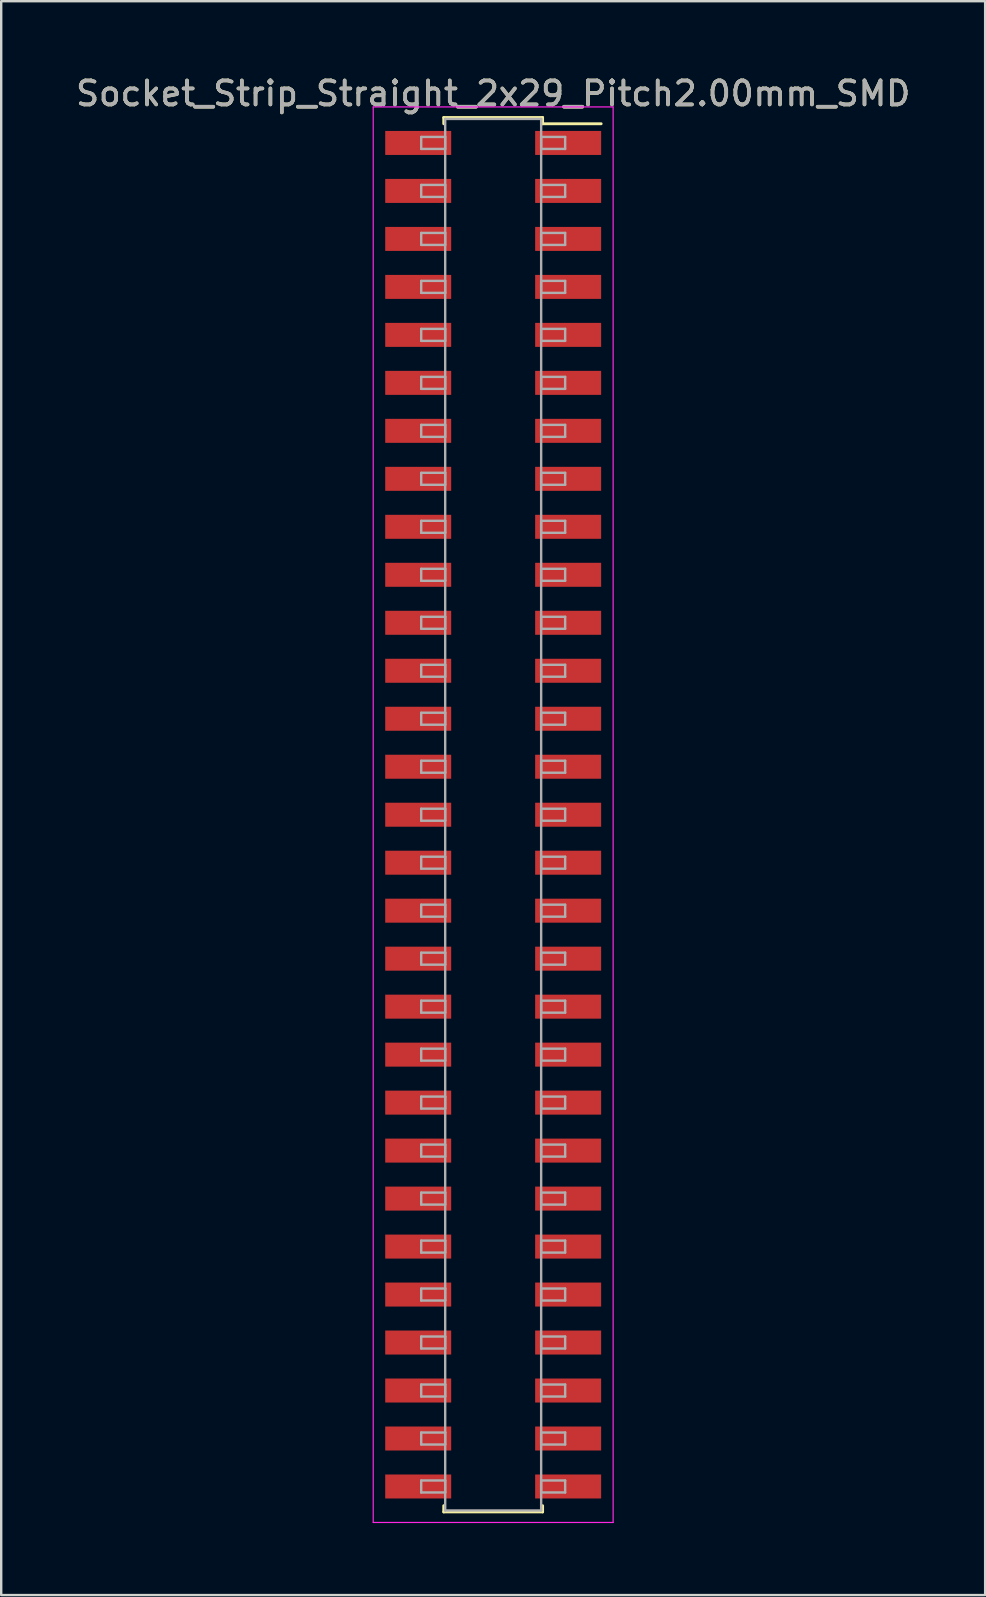
<source format=kicad_pcb>
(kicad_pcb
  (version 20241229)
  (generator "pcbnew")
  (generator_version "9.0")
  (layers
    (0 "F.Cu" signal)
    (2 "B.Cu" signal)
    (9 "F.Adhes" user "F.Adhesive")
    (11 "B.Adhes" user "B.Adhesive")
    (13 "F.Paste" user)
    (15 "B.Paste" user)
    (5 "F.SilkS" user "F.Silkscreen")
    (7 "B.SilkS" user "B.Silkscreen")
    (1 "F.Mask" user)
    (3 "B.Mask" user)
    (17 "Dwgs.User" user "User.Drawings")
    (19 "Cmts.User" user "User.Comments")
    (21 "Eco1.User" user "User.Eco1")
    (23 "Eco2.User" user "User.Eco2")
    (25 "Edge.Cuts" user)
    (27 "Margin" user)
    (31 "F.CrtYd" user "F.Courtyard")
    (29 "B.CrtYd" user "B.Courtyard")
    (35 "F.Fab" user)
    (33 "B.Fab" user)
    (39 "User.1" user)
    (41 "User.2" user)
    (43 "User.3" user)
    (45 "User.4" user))
  (footprint "Socket_Strip_Straight_2x29_Pitch2.00mm_SMD"
    (layer "F.Cu")
    (at 17.506 30.908)
    (property "Reference" "Socket_Strip_Straight_2x29_Pitch2.00mm_SMD" (at 0 -30.06 0) (layer "F.SilkS") (effects (font (size 1 1) (thickness 0.15))))
    (attr smd)
    (fp_line (start -2.06 -29.06) (end 2.06 -29.06) (stroke (width 0.12) (type solid)) (layer "F.SilkS"))
    (fp_line (start -2.06 -28.8) (end -2.06 -29.06) (stroke (width 0.12) (type solid)) (layer "F.SilkS"))
    (fp_line (start -2.06 28.8) (end -2.06 29.06) (stroke (width 0.12) (type solid)) (layer "F.SilkS"))
    (fp_line (start -2.06 29.06) (end 2.06 29.06) (stroke (width 0.12) (type solid)) (layer "F.SilkS"))
    (fp_line (start 2.06 -29.06) (end 2.06 -28.8) (stroke (width 0.12) (type solid)) (layer "F.SilkS"))
    (fp_line (start 2.06 29.06) (end 2.06 28.8) (stroke (width 0.12) (type solid)) (layer "F.SilkS"))
    (fp_line (start 4.5 -28.8) (end 2.06 -28.8) (stroke (width 0.12) (type solid)) (layer "F.SilkS"))
    (fp_line (start -5 -29.5) (end -5 29.5) (stroke (width 0.05) (type solid)) (layer "F.CrtYd"))
    (fp_line (start -5 29.5) (end 5 29.5) (stroke (width 0.05) (type solid)) (layer "F.CrtYd"))
    (fp_line (start 5 -29.5) (end -5 -29.5) (stroke (width 0.05) (type solid)) (layer "F.CrtYd"))
    (fp_line (start 5 29.5) (end 5 -29.5) (stroke (width 0.05) (type solid)) (layer "F.CrtYd"))
    (fp_line (start -3 -28.25) (end -2 -28.25) (stroke (width 0.1) (type solid)) (layer "F.Fab"))
    (fp_line (start -3 -27.75) (end -3 -28.25) (stroke (width 0.1) (type solid)) (layer "F.Fab"))
    (fp_line (start -3 -26.25) (end -2 -26.25) (stroke (width 0.1) (type solid)) (layer "F.Fab"))
    (fp_line (start -3 -25.75) (end -3 -26.25) (stroke (width 0.1) (type solid)) (layer "F.Fab"))
    (fp_line (start -3 -24.25) (end -2 -24.25) (stroke (width 0.1) (type solid)) (layer "F.Fab"))
    (fp_line (start -3 -23.75) (end -3 -24.25) (stroke (width 0.1) (type solid)) (layer "F.Fab"))
    (fp_line (start -3 -22.25) (end -2 -22.25) (stroke (width 0.1) (type solid)) (layer "F.Fab"))
    (fp_line (start -3 -21.75) (end -3 -22.25) (stroke (width 0.1) (type solid)) (layer "F.Fab"))
    (fp_line (start -3 -20.25) (end -2 -20.25) (stroke (width 0.1) (type solid)) (layer "F.Fab"))
    (fp_line (start -3 -19.75) (end -3 -20.25) (stroke (width 0.1) (type solid)) (layer "F.Fab"))
    (fp_line (start -3 -18.25) (end -2 -18.25) (stroke (width 0.1) (type solid)) (layer "F.Fab"))
    (fp_line (start -3 -17.75) (end -3 -18.25) (stroke (width 0.1) (type solid)) (layer "F.Fab"))
    (fp_line (start -3 -16.25) (end -2 -16.25) (stroke (width 0.1) (type solid)) (layer "F.Fab"))
    (fp_line (start -3 -15.75) (end -3 -16.25) (stroke (width 0.1) (type solid)) (layer "F.Fab"))
    (fp_line (start -3 -14.25) (end -2 -14.25) (stroke (width 0.1) (type solid)) (layer "F.Fab"))
    (fp_line (start -3 -13.75) (end -3 -14.25) (stroke (width 0.1) (type solid)) (layer "F.Fab"))
    (fp_line (start -3 -12.25) (end -2 -12.25) (stroke (width 0.1) (type solid)) (layer "F.Fab"))
    (fp_line (start -3 -11.75) (end -3 -12.25) (stroke (width 0.1) (type solid)) (layer "F.Fab"))
    (fp_line (start -3 -10.25) (end -2 -10.25) (stroke (width 0.1) (type solid)) (layer "F.Fab"))
    (fp_line (start -3 -9.75) (end -3 -10.25) (stroke (width 0.1) (type solid)) (layer "F.Fab"))
    (fp_line (start -3 -8.25) (end -2 -8.25) (stroke (width 0.1) (type solid)) (layer "F.Fab"))
    (fp_line (start -3 -7.75) (end -3 -8.25) (stroke (width 0.1) (type solid)) (layer "F.Fab"))
    (fp_line (start -3 -6.25) (end -2 -6.25) (stroke (width 0.1) (type solid)) (layer "F.Fab"))
    (fp_line (start -3 -5.75) (end -3 -6.25) (stroke (width 0.1) (type solid)) (layer "F.Fab"))
    (fp_line (start -3 -4.25) (end -2 -4.25) (stroke (width 0.1) (type solid)) (layer "F.Fab"))
    (fp_line (start -3 -3.75) (end -3 -4.25) (stroke (width 0.1) (type solid)) (layer "F.Fab"))
    (fp_line (start -3 -2.25) (end -2 -2.25) (stroke (width 0.1) (type solid)) (layer "F.Fab"))
    (fp_line (start -3 -1.75) (end -3 -2.25) (stroke (width 0.1) (type solid)) (layer "F.Fab"))
    (fp_line (start -3 -0.25) (end -2 -0.25) (stroke (width 0.1) (type solid)) (layer "F.Fab"))
    (fp_line (start -3 0.25) (end -3 -0.25) (stroke (width 0.1) (type solid)) (layer "F.Fab"))
    (fp_line (start -3 1.75) (end -2 1.75) (stroke (width 0.1) (type solid)) (layer "F.Fab"))
    (fp_line (start -3 2.25) (end -3 1.75) (stroke (width 0.1) (type solid)) (layer "F.Fab"))
    (fp_line (start -3 3.75) (end -2 3.75) (stroke (width 0.1) (type solid)) (layer "F.Fab"))
    (fp_line (start -3 4.25) (end -3 3.75) (stroke (width 0.1) (type solid)) (layer "F.Fab"))
    (fp_line (start -3 5.75) (end -2 5.75) (stroke (width 0.1) (type solid)) (layer "F.Fab"))
    (fp_line (start -3 6.25) (end -3 5.75) (stroke (width 0.1) (type solid)) (layer "F.Fab"))
    (fp_line (start -3 7.75) (end -2 7.75) (stroke (width 0.1) (type solid)) (layer "F.Fab"))
    (fp_line (start -3 8.25) (end -3 7.75) (stroke (width 0.1) (type solid)) (layer "F.Fab"))
    (fp_line (start -3 9.75) (end -2 9.75) (stroke (width 0.1) (type solid)) (layer "F.Fab"))
    (fp_line (start -3 10.25) (end -3 9.75) (stroke (width 0.1) (type solid)) (layer "F.Fab"))
    (fp_line (start -3 11.75) (end -2 11.75) (stroke (width 0.1) (type solid)) (layer "F.Fab"))
    (fp_line (start -3 12.25) (end -3 11.75) (stroke (width 0.1) (type solid)) (layer "F.Fab"))
    (fp_line (start -3 13.75) (end -2 13.75) (stroke (width 0.1) (type solid)) (layer "F.Fab"))
    (fp_line (start -3 14.25) (end -3 13.75) (stroke (width 0.1) (type solid)) (layer "F.Fab"))
    (fp_line (start -3 15.75) (end -2 15.75) (stroke (width 0.1) (type solid)) (layer "F.Fab"))
    (fp_line (start -3 16.25) (end -3 15.75) (stroke (width 0.1) (type solid)) (layer "F.Fab"))
    (fp_line (start -3 17.75) (end -2 17.75) (stroke (width 0.1) (type solid)) (layer "F.Fab"))
    (fp_line (start -3 18.25) (end -3 17.75) (stroke (width 0.1) (type solid)) (layer "F.Fab"))
    (fp_line (start -3 19.75) (end -2 19.75) (stroke (width 0.1) (type solid)) (layer "F.Fab"))
    (fp_line (start -3 20.25) (end -3 19.75) (stroke (width 0.1) (type solid)) (layer "F.Fab"))
    (fp_line (start -3 21.75) (end -2 21.75) (stroke (width 0.1) (type solid)) (layer "F.Fab"))
    (fp_line (start -3 22.25) (end -3 21.75) (stroke (width 0.1) (type solid)) (layer "F.Fab"))
    (fp_line (start -3 23.75) (end -2 23.75) (stroke (width 0.1) (type solid)) (layer "F.Fab"))
    (fp_line (start -3 24.25) (end -3 23.75) (stroke (width 0.1) (type solid)) (layer "F.Fab"))
    (fp_line (start -3 25.75) (end -2 25.75) (stroke (width 0.1) (type solid)) (layer "F.Fab"))
    (fp_line (start -3 26.25) (end -3 25.75) (stroke (width 0.1) (type solid)) (layer "F.Fab"))
    (fp_line (start -3 27.75) (end -2 27.75) (stroke (width 0.1) (type solid)) (layer "F.Fab"))
    (fp_line (start -3 28.25) (end -3 27.75) (stroke (width 0.1) (type solid)) (layer "F.Fab"))
    (fp_line (start -2 -29) (end -2 29) (stroke (width 0.1) (type solid)) (layer "F.Fab"))
    (fp_line (start -2 -28.25) (end -2 -27.75) (stroke (width 0.1) (type solid)) (layer "F.Fab"))
    (fp_line (start -2 -27.75) (end -3 -27.75) (stroke (width 0.1) (type solid)) (layer "F.Fab"))
    (fp_line (start -2 -26.25) (end -2 -25.75) (stroke (width 0.1) (type solid)) (layer "F.Fab"))
    (fp_line (start -2 -25.75) (end -3 -25.75) (stroke (width 0.1) (type solid)) (layer "F.Fab"))
    (fp_line (start -2 -24.25) (end -2 -23.75) (stroke (width 0.1) (type solid)) (layer "F.Fab"))
    (fp_line (start -2 -23.75) (end -3 -23.75) (stroke (width 0.1) (type solid)) (layer "F.Fab"))
    (fp_line (start -2 -22.25) (end -2 -21.75) (stroke (width 0.1) (type solid)) (layer "F.Fab"))
    (fp_line (start -2 -21.75) (end -3 -21.75) (stroke (width 0.1) (type solid)) (layer "F.Fab"))
    (fp_line (start -2 -20.25) (end -2 -19.75) (stroke (width 0.1) (type solid)) (layer "F.Fab"))
    (fp_line (start -2 -19.75) (end -3 -19.75) (stroke (width 0.1) (type solid)) (layer "F.Fab"))
    (fp_line (start -2 -18.25) (end -2 -17.75) (stroke (width 0.1) (type solid)) (layer "F.Fab"))
    (fp_line (start -2 -17.75) (end -3 -17.75) (stroke (width 0.1) (type solid)) (layer "F.Fab"))
    (fp_line (start -2 -16.25) (end -2 -15.75) (stroke (width 0.1) (type solid)) (layer "F.Fab"))
    (fp_line (start -2 -15.75) (end -3 -15.75) (stroke (width 0.1) (type solid)) (layer "F.Fab"))
    (fp_line (start -2 -14.25) (end -2 -13.75) (stroke (width 0.1) (type solid)) (layer "F.Fab"))
    (fp_line (start -2 -13.75) (end -3 -13.75) (stroke (width 0.1) (type solid)) (layer "F.Fab"))
    (fp_line (start -2 -12.25) (end -2 -11.75) (stroke (width 0.1) (type solid)) (layer "F.Fab"))
    (fp_line (start -2 -11.75) (end -3 -11.75) (stroke (width 0.1) (type solid)) (layer "F.Fab"))
    (fp_line (start -2 -10.25) (end -2 -9.75) (stroke (width 0.1) (type solid)) (layer "F.Fab"))
    (fp_line (start -2 -9.75) (end -3 -9.75) (stroke (width 0.1) (type solid)) (layer "F.Fab"))
    (fp_line (start -2 -8.25) (end -2 -7.75) (stroke (width 0.1) (type solid)) (layer "F.Fab"))
    (fp_line (start -2 -7.75) (end -3 -7.75) (stroke (width 0.1) (type solid)) (layer "F.Fab"))
    (fp_line (start -2 -6.25) (end -2 -5.75) (stroke (width 0.1) (type solid)) (layer "F.Fab"))
    (fp_line (start -2 -5.75) (end -3 -5.75) (stroke (width 0.1) (type solid)) (layer "F.Fab"))
    (fp_line (start -2 -4.25) (end -2 -3.75) (stroke (width 0.1) (type solid)) (layer "F.Fab"))
    (fp_line (start -2 -3.75) (end -3 -3.75) (stroke (width 0.1) (type solid)) (layer "F.Fab"))
    (fp_line (start -2 -2.25) (end -2 -1.75) (stroke (width 0.1) (type solid)) (layer "F.Fab"))
    (fp_line (start -2 -1.75) (end -3 -1.75) (stroke (width 0.1) (type solid)) (layer "F.Fab"))
    (fp_line (start -2 -0.25) (end -2 0.25) (stroke (width 0.1) (type solid)) (layer "F.Fab"))
    (fp_line (start -2 0.25) (end -3 0.25) (stroke (width 0.1) (type solid)) (layer "F.Fab"))
    (fp_line (start -2 1.75) (end -2 2.25) (stroke (width 0.1) (type solid)) (layer "F.Fab"))
    (fp_line (start -2 2.25) (end -3 2.25) (stroke (width 0.1) (type solid)) (layer "F.Fab"))
    (fp_line (start -2 3.75) (end -2 4.25) (stroke (width 0.1) (type solid)) (layer "F.Fab"))
    (fp_line (start -2 4.25) (end -3 4.25) (stroke (width 0.1) (type solid)) (layer "F.Fab"))
    (fp_line (start -2 5.75) (end -2 6.25) (stroke (width 0.1) (type solid)) (layer "F.Fab"))
    (fp_line (start -2 6.25) (end -3 6.25) (stroke (width 0.1) (type solid)) (layer "F.Fab"))
    (fp_line (start -2 7.75) (end -2 8.25) (stroke (width 0.1) (type solid)) (layer "F.Fab"))
    (fp_line (start -2 8.25) (end -3 8.25) (stroke (width 0.1) (type solid)) (layer "F.Fab"))
    (fp_line (start -2 9.75) (end -2 10.25) (stroke (width 0.1) (type solid)) (layer "F.Fab"))
    (fp_line (start -2 10.25) (end -3 10.25) (stroke (width 0.1) (type solid)) (layer "F.Fab"))
    (fp_line (start -2 11.75) (end -2 12.25) (stroke (width 0.1) (type solid)) (layer "F.Fab"))
    (fp_line (start -2 12.25) (end -3 12.25) (stroke (width 0.1) (type solid)) (layer "F.Fab"))
    (fp_line (start -2 13.75) (end -2 14.25) (stroke (width 0.1) (type solid)) (layer "F.Fab"))
    (fp_line (start -2 14.25) (end -3 14.25) (stroke (width 0.1) (type solid)) (layer "F.Fab"))
    (fp_line (start -2 15.75) (end -2 16.25) (stroke (width 0.1) (type solid)) (layer "F.Fab"))
    (fp_line (start -2 16.25) (end -3 16.25) (stroke (width 0.1) (type solid)) (layer "F.Fab"))
    (fp_line (start -2 17.75) (end -2 18.25) (stroke (width 0.1) (type solid)) (layer "F.Fab"))
    (fp_line (start -2 18.25) (end -3 18.25) (stroke (width 0.1) (type solid)) (layer "F.Fab"))
    (fp_line (start -2 19.75) (end -2 20.25) (stroke (width 0.1) (type solid)) (layer "F.Fab"))
    (fp_line (start -2 20.25) (end -3 20.25) (stroke (width 0.1) (type solid)) (layer "F.Fab"))
    (fp_line (start -2 21.75) (end -2 22.25) (stroke (width 0.1) (type solid)) (layer "F.Fab"))
    (fp_line (start -2 22.25) (end -3 22.25) (stroke (width 0.1) (type solid)) (layer "F.Fab"))
    (fp_line (start -2 23.75) (end -2 24.25) (stroke (width 0.1) (type solid)) (layer "F.Fab"))
    (fp_line (start -2 24.25) (end -3 24.25) (stroke (width 0.1) (type solid)) (layer "F.Fab"))
    (fp_line (start -2 25.75) (end -2 26.25) (stroke (width 0.1) (type solid)) (layer "F.Fab"))
    (fp_line (start -2 26.25) (end -3 26.25) (stroke (width 0.1) (type solid)) (layer "F.Fab"))
    (fp_line (start -2 27.75) (end -2 28.25) (stroke (width 0.1) (type solid)) (layer "F.Fab"))
    (fp_line (start -2 28.25) (end -3 28.25) (stroke (width 0.1) (type solid)) (layer "F.Fab"))
    (fp_line (start -2 29) (end 2 29) (stroke (width 0.1) (type solid)) (layer "F.Fab"))
    (fp_line (start 2 -29) (end -2 -29) (stroke (width 0.1) (type solid)) (layer "F.Fab"))
    (fp_line (start 2 -28.25) (end 2 -27.75) (stroke (width 0.1) (type solid)) (layer "F.Fab"))
    (fp_line (start 2 -27.75) (end 3 -27.75) (stroke (width 0.1) (type solid)) (layer "F.Fab"))
    (fp_line (start 2 -26.25) (end 2 -25.75) (stroke (width 0.1) (type solid)) (layer "F.Fab"))
    (fp_line (start 2 -25.75) (end 3 -25.75) (stroke (width 0.1) (type solid)) (layer "F.Fab"))
    (fp_line (start 2 -24.25) (end 2 -23.75) (stroke (width 0.1) (type solid)) (layer "F.Fab"))
    (fp_line (start 2 -23.75) (end 3 -23.75) (stroke (width 0.1) (type solid)) (layer "F.Fab"))
    (fp_line (start 2 -22.25) (end 2 -21.75) (stroke (width 0.1) (type solid)) (layer "F.Fab"))
    (fp_line (start 2 -21.75) (end 3 -21.75) (stroke (width 0.1) (type solid)) (layer "F.Fab"))
    (fp_line (start 2 -20.25) (end 2 -19.75) (stroke (width 0.1) (type solid)) (layer "F.Fab"))
    (fp_line (start 2 -19.75) (end 3 -19.75) (stroke (width 0.1) (type solid)) (layer "F.Fab"))
    (fp_line (start 2 -18.25) (end 2 -17.75) (stroke (width 0.1) (type solid)) (layer "F.Fab"))
    (fp_line (start 2 -17.75) (end 3 -17.75) (stroke (width 0.1) (type solid)) (layer "F.Fab"))
    (fp_line (start 2 -16.25) (end 2 -15.75) (stroke (width 0.1) (type solid)) (layer "F.Fab"))
    (fp_line (start 2 -15.75) (end 3 -15.75) (stroke (width 0.1) (type solid)) (layer "F.Fab"))
    (fp_line (start 2 -14.25) (end 2 -13.75) (stroke (width 0.1) (type solid)) (layer "F.Fab"))
    (fp_line (start 2 -13.75) (end 3 -13.75) (stroke (width 0.1) (type solid)) (layer "F.Fab"))
    (fp_line (start 2 -12.25) (end 2 -11.75) (stroke (width 0.1) (type solid)) (layer "F.Fab"))
    (fp_line (start 2 -11.75) (end 3 -11.75) (stroke (width 0.1) (type solid)) (layer "F.Fab"))
    (fp_line (start 2 -10.25) (end 2 -9.75) (stroke (width 0.1) (type solid)) (layer "F.Fab"))
    (fp_line (start 2 -9.75) (end 3 -9.75) (stroke (width 0.1) (type solid)) (layer "F.Fab"))
    (fp_line (start 2 -8.25) (end 2 -7.75) (stroke (width 0.1) (type solid)) (layer "F.Fab"))
    (fp_line (start 2 -7.75) (end 3 -7.75) (stroke (width 0.1) (type solid)) (layer "F.Fab"))
    (fp_line (start 2 -6.25) (end 2 -5.75) (stroke (width 0.1) (type solid)) (layer "F.Fab"))
    (fp_line (start 2 -5.75) (end 3 -5.75) (stroke (width 0.1) (type solid)) (layer "F.Fab"))
    (fp_line (start 2 -4.25) (end 2 -3.75) (stroke (width 0.1) (type solid)) (layer "F.Fab"))
    (fp_line (start 2 -3.75) (end 3 -3.75) (stroke (width 0.1) (type solid)) (layer "F.Fab"))
    (fp_line (start 2 -2.25) (end 2 -1.75) (stroke (width 0.1) (type solid)) (layer "F.Fab"))
    (fp_line (start 2 -1.75) (end 3 -1.75) (stroke (width 0.1) (type solid)) (layer "F.Fab"))
    (fp_line (start 2 -0.25) (end 2 0.25) (stroke (width 0.1) (type solid)) (layer "F.Fab"))
    (fp_line (start 2 0.25) (end 3 0.25) (stroke (width 0.1) (type solid)) (layer "F.Fab"))
    (fp_line (start 2 1.75) (end 2 2.25) (stroke (width 0.1) (type solid)) (layer "F.Fab"))
    (fp_line (start 2 2.25) (end 3 2.25) (stroke (width 0.1) (type solid)) (layer "F.Fab"))
    (fp_line (start 2 3.75) (end 2 4.25) (stroke (width 0.1) (type solid)) (layer "F.Fab"))
    (fp_line (start 2 4.25) (end 3 4.25) (stroke (width 0.1) (type solid)) (layer "F.Fab"))
    (fp_line (start 2 5.75) (end 2 6.25) (stroke (width 0.1) (type solid)) (layer "F.Fab"))
    (fp_line (start 2 6.25) (end 3 6.25) (stroke (width 0.1) (type solid)) (layer "F.Fab"))
    (fp_line (start 2 7.75) (end 2 8.25) (stroke (width 0.1) (type solid)) (layer "F.Fab"))
    (fp_line (start 2 8.25) (end 3 8.25) (stroke (width 0.1) (type solid)) (layer "F.Fab"))
    (fp_line (start 2 9.75) (end 2 10.25) (stroke (width 0.1) (type solid)) (layer "F.Fab"))
    (fp_line (start 2 10.25) (end 3 10.25) (stroke (width 0.1) (type solid)) (layer "F.Fab"))
    (fp_line (start 2 11.75) (end 2 12.25) (stroke (width 0.1) (type solid)) (layer "F.Fab"))
    (fp_line (start 2 12.25) (end 3 12.25) (stroke (width 0.1) (type solid)) (layer "F.Fab"))
    (fp_line (start 2 13.75) (end 2 14.25) (stroke (width 0.1) (type solid)) (layer "F.Fab"))
    (fp_line (start 2 14.25) (end 3 14.25) (stroke (width 0.1) (type solid)) (layer "F.Fab"))
    (fp_line (start 2 15.75) (end 2 16.25) (stroke (width 0.1) (type solid)) (layer "F.Fab"))
    (fp_line (start 2 16.25) (end 3 16.25) (stroke (width 0.1) (type solid)) (layer "F.Fab"))
    (fp_line (start 2 17.75) (end 2 18.25) (stroke (width 0.1) (type solid)) (layer "F.Fab"))
    (fp_line (start 2 18.25) (end 3 18.25) (stroke (width 0.1) (type solid)) (layer "F.Fab"))
    (fp_line (start 2 19.75) (end 2 20.25) (stroke (width 0.1) (type solid)) (layer "F.Fab"))
    (fp_line (start 2 20.25) (end 3 20.25) (stroke (width 0.1) (type solid)) (layer "F.Fab"))
    (fp_line (start 2 21.75) (end 2 22.25) (stroke (width 0.1) (type solid)) (layer "F.Fab"))
    (fp_line (start 2 22.25) (end 3 22.25) (stroke (width 0.1) (type solid)) (layer "F.Fab"))
    (fp_line (start 2 23.75) (end 2 24.25) (stroke (width 0.1) (type solid)) (layer "F.Fab"))
    (fp_line (start 2 24.25) (end 3 24.25) (stroke (width 0.1) (type solid)) (layer "F.Fab"))
    (fp_line (start 2 25.75) (end 2 26.25) (stroke (width 0.1) (type solid)) (layer "F.Fab"))
    (fp_line (start 2 26.25) (end 3 26.25) (stroke (width 0.1) (type solid)) (layer "F.Fab"))
    (fp_line (start 2 27.75) (end 2 28.25) (stroke (width 0.1) (type solid)) (layer "F.Fab"))
    (fp_line (start 2 28.25) (end 3 28.25) (stroke (width 0.1) (type solid)) (layer "F.Fab"))
    (fp_line (start 2 29) (end 2 -29) (stroke (width 0.1) (type solid)) (layer "F.Fab"))
    (fp_line (start 3 -28.25) (end 2 -28.25) (stroke (width 0.1) (type solid)) (layer "F.Fab"))
    (fp_line (start 3 -27.75) (end 3 -28.25) (stroke (width 0.1) (type solid)) (layer "F.Fab"))
    (fp_line (start 3 -26.25) (end 2 -26.25) (stroke (width 0.1) (type solid)) (layer "F.Fab"))
    (fp_line (start 3 -25.75) (end 3 -26.25) (stroke (width 0.1) (type solid)) (layer "F.Fab"))
    (fp_line (start 3 -24.25) (end 2 -24.25) (stroke (width 0.1) (type solid)) (layer "F.Fab"))
    (fp_line (start 3 -23.75) (end 3 -24.25) (stroke (width 0.1) (type solid)) (layer "F.Fab"))
    (fp_line (start 3 -22.25) (end 2 -22.25) (stroke (width 0.1) (type solid)) (layer "F.Fab"))
    (fp_line (start 3 -21.75) (end 3 -22.25) (stroke (width 0.1) (type solid)) (layer "F.Fab"))
    (fp_line (start 3 -20.25) (end 2 -20.25) (stroke (width 0.1) (type solid)) (layer "F.Fab"))
    (fp_line (start 3 -19.75) (end 3 -20.25) (stroke (width 0.1) (type solid)) (layer "F.Fab"))
    (fp_line (start 3 -18.25) (end 2 -18.25) (stroke (width 0.1) (type solid)) (layer "F.Fab"))
    (fp_line (start 3 -17.75) (end 3 -18.25) (stroke (width 0.1) (type solid)) (layer "F.Fab"))
    (fp_line (start 3 -16.25) (end 2 -16.25) (stroke (width 0.1) (type solid)) (layer "F.Fab"))
    (fp_line (start 3 -15.75) (end 3 -16.25) (stroke (width 0.1) (type solid)) (layer "F.Fab"))
    (fp_line (start 3 -14.25) (end 2 -14.25) (stroke (width 0.1) (type solid)) (layer "F.Fab"))
    (fp_line (start 3 -13.75) (end 3 -14.25) (stroke (width 0.1) (type solid)) (layer "F.Fab"))
    (fp_line (start 3 -12.25) (end 2 -12.25) (stroke (width 0.1) (type solid)) (layer "F.Fab"))
    (fp_line (start 3 -11.75) (end 3 -12.25) (stroke (width 0.1) (type solid)) (layer "F.Fab"))
    (fp_line (start 3 -10.25) (end 2 -10.25) (stroke (width 0.1) (type solid)) (layer "F.Fab"))
    (fp_line (start 3 -9.75) (end 3 -10.25) (stroke (width 0.1) (type solid)) (layer "F.Fab"))
    (fp_line (start 3 -8.25) (end 2 -8.25) (stroke (width 0.1) (type solid)) (layer "F.Fab"))
    (fp_line (start 3 -7.75) (end 3 -8.25) (stroke (width 0.1) (type solid)) (layer "F.Fab"))
    (fp_line (start 3 -6.25) (end 2 -6.25) (stroke (width 0.1) (type solid)) (layer "F.Fab"))
    (fp_line (start 3 -5.75) (end 3 -6.25) (stroke (width 0.1) (type solid)) (layer "F.Fab"))
    (fp_line (start 3 -4.25) (end 2 -4.25) (stroke (width 0.1) (type solid)) (layer "F.Fab"))
    (fp_line (start 3 -3.75) (end 3 -4.25) (stroke (width 0.1) (type solid)) (layer "F.Fab"))
    (fp_line (start 3 -2.25) (end 2 -2.25) (stroke (width 0.1) (type solid)) (layer "F.Fab"))
    (fp_line (start 3 -1.75) (end 3 -2.25) (stroke (width 0.1) (type solid)) (layer "F.Fab"))
    (fp_line (start 3 -0.25) (end 2 -0.25) (stroke (width 0.1) (type solid)) (layer "F.Fab"))
    (fp_line (start 3 0.25) (end 3 -0.25) (stroke (width 0.1) (type solid)) (layer "F.Fab"))
    (fp_line (start 3 1.75) (end 2 1.75) (stroke (width 0.1) (type solid)) (layer "F.Fab"))
    (fp_line (start 3 2.25) (end 3 1.75) (stroke (width 0.1) (type solid)) (layer "F.Fab"))
    (fp_line (start 3 3.75) (end 2 3.75) (stroke (width 0.1) (type solid)) (layer "F.Fab"))
    (fp_line (start 3 4.25) (end 3 3.75) (stroke (width 0.1) (type solid)) (layer "F.Fab"))
    (fp_line (start 3 5.75) (end 2 5.75) (stroke (width 0.1) (type solid)) (layer "F.Fab"))
    (fp_line (start 3 6.25) (end 3 5.75) (stroke (width 0.1) (type solid)) (layer "F.Fab"))
    (fp_line (start 3 7.75) (end 2 7.75) (stroke (width 0.1) (type solid)) (layer "F.Fab"))
    (fp_line (start 3 8.25) (end 3 7.75) (stroke (width 0.1) (type solid)) (layer "F.Fab"))
    (fp_line (start 3 9.75) (end 2 9.75) (stroke (width 0.1) (type solid)) (layer "F.Fab"))
    (fp_line (start 3 10.25) (end 3 9.75) (stroke (width 0.1) (type solid)) (layer "F.Fab"))
    (fp_line (start 3 11.75) (end 2 11.75) (stroke (width 0.1) (type solid)) (layer "F.Fab"))
    (fp_line (start 3 12.25) (end 3 11.75) (stroke (width 0.1) (type solid)) (layer "F.Fab"))
    (fp_line (start 3 13.75) (end 2 13.75) (stroke (width 0.1) (type solid)) (layer "F.Fab"))
    (fp_line (start 3 14.25) (end 3 13.75) (stroke (width 0.1) (type solid)) (layer "F.Fab"))
    (fp_line (start 3 15.75) (end 2 15.75) (stroke (width 0.1) (type solid)) (layer "F.Fab"))
    (fp_line (start 3 16.25) (end 3 15.75) (stroke (width 0.1) (type solid)) (layer "F.Fab"))
    (fp_line (start 3 17.75) (end 2 17.75) (stroke (width 0.1) (type solid)) (layer "F.Fab"))
    (fp_line (start 3 18.25) (end 3 17.75) (stroke (width 0.1) (type solid)) (layer "F.Fab"))
    (fp_line (start 3 19.75) (end 2 19.75) (stroke (width 0.1) (type solid)) (layer "F.Fab"))
    (fp_line (start 3 20.25) (end 3 19.75) (stroke (width 0.1) (type solid)) (layer "F.Fab"))
    (fp_line (start 3 21.75) (end 2 21.75) (stroke (width 0.1) (type solid)) (layer "F.Fab"))
    (fp_line (start 3 22.25) (end 3 21.75) (stroke (width 0.1) (type solid)) (layer "F.Fab"))
    (fp_line (start 3 23.75) (end 2 23.75) (stroke (width 0.1) (type solid)) (layer "F.Fab"))
    (fp_line (start 3 24.25) (end 3 23.75) (stroke (width 0.1) (type solid)) (layer "F.Fab"))
    (fp_line (start 3 25.75) (end 2 25.75) (stroke (width 0.1) (type solid)) (layer "F.Fab"))
    (fp_line (start 3 26.25) (end 3 25.75) (stroke (width 0.1) (type solid)) (layer "F.Fab"))
    (fp_line (start 3 27.75) (end 2 27.75) (stroke (width 0.1) (type solid)) (layer "F.Fab"))
    (fp_line (start 3 28.25) (end 3 27.75) (stroke (width 0.1) (type solid)) (layer "F.Fab"))
    (fp_text user "${REFERENCE}" (at 0 -30.06 0) (layer "F.Fab") (effects (font (size 1 1) (thickness 0.15))))
    (pad "1" smd rect (at 3.125 -28) (size 2.75 1) (layers "F.Cu" "F.Mask" "F.Paste"))
    (pad "2" smd rect (at -3.125 -28) (size 2.75 1) (layers "F.Cu" "F.Mask" "F.Paste"))
    (pad "3" smd rect (at 3.125 -26) (size 2.75 1) (layers "F.Cu" "F.Mask" "F.Paste"))
    (pad "4" smd rect (at -3.125 -26) (size 2.75 1) (layers "F.Cu" "F.Mask" "F.Paste"))
    (pad "5" smd rect (at 3.125 -24) (size 2.75 1) (layers "F.Cu" "F.Mask" "F.Paste"))
    (pad "6" smd rect (at -3.125 -24) (size 2.75 1) (layers "F.Cu" "F.Mask" "F.Paste"))
    (pad "7" smd rect (at 3.125 -22) (size 2.75 1) (layers "F.Cu" "F.Mask" "F.Paste"))
    (pad "8" smd rect (at -3.125 -22) (size 2.75 1) (layers "F.Cu" "F.Mask" "F.Paste"))
    (pad "9" smd rect (at 3.125 -20) (size 2.75 1) (layers "F.Cu" "F.Mask" "F.Paste"))
    (pad "10" smd rect (at -3.125 -20) (size 2.75 1) (layers "F.Cu" "F.Mask" "F.Paste"))
    (pad "11" smd rect (at 3.125 -18) (size 2.75 1) (layers "F.Cu" "F.Mask" "F.Paste"))
    (pad "12" smd rect (at -3.125 -18) (size 2.75 1) (layers "F.Cu" "F.Mask" "F.Paste"))
    (pad "13" smd rect (at 3.125 -16) (size 2.75 1) (layers "F.Cu" "F.Mask" "F.Paste"))
    (pad "14" smd rect (at -3.125 -16) (size 2.75 1) (layers "F.Cu" "F.Mask" "F.Paste"))
    (pad "15" smd rect (at 3.125 -14) (size 2.75 1) (layers "F.Cu" "F.Mask" "F.Paste"))
    (pad "16" smd rect (at -3.125 -14) (size 2.75 1) (layers "F.Cu" "F.Mask" "F.Paste"))
    (pad "17" smd rect (at 3.125 -12) (size 2.75 1) (layers "F.Cu" "F.Mask" "F.Paste"))
    (pad "18" smd rect (at -3.125 -12) (size 2.75 1) (layers "F.Cu" "F.Mask" "F.Paste"))
    (pad "19" smd rect (at 3.125 -10) (size 2.75 1) (layers "F.Cu" "F.Mask" "F.Paste"))
    (pad "20" smd rect (at -3.125 -10) (size 2.75 1) (layers "F.Cu" "F.Mask" "F.Paste"))
    (pad "21" smd rect (at 3.125 -8) (size 2.75 1) (layers "F.Cu" "F.Mask" "F.Paste"))
    (pad "22" smd rect (at -3.125 -8) (size 2.75 1) (layers "F.Cu" "F.Mask" "F.Paste"))
    (pad "23" smd rect (at 3.125 -6) (size 2.75 1) (layers "F.Cu" "F.Mask" "F.Paste"))
    (pad "24" smd rect (at -3.125 -6) (size 2.75 1) (layers "F.Cu" "F.Mask" "F.Paste"))
    (pad "25" smd rect (at 3.125 -4) (size 2.75 1) (layers "F.Cu" "F.Mask" "F.Paste"))
    (pad "26" smd rect (at -3.125 -4) (size 2.75 1) (layers "F.Cu" "F.Mask" "F.Paste"))
    (pad "27" smd rect (at 3.125 -2) (size 2.75 1) (layers "F.Cu" "F.Mask" "F.Paste"))
    (pad "28" smd rect (at -3.125 -2) (size 2.75 1) (layers "F.Cu" "F.Mask" "F.Paste"))
    (pad "29" smd rect (at 3.125 0) (size 2.75 1) (layers "F.Cu" "F.Mask" "F.Paste"))
    (pad "30" smd rect (at -3.125 0) (size 2.75 1) (layers "F.Cu" "F.Mask" "F.Paste"))
    (pad "31" smd rect (at 3.125 2) (size 2.75 1) (layers "F.Cu" "F.Mask" "F.Paste"))
    (pad "32" smd rect (at -3.125 2) (size 2.75 1) (layers "F.Cu" "F.Mask" "F.Paste"))
    (pad "33" smd rect (at 3.125 4) (size 2.75 1) (layers "F.Cu" "F.Mask" "F.Paste"))
    (pad "34" smd rect (at -3.125 4) (size 2.75 1) (layers "F.Cu" "F.Mask" "F.Paste"))
    (pad "35" smd rect (at 3.125 6) (size 2.75 1) (layers "F.Cu" "F.Mask" "F.Paste"))
    (pad "36" smd rect (at -3.125 6) (size 2.75 1) (layers "F.Cu" "F.Mask" "F.Paste"))
    (pad "37" smd rect (at 3.125 8) (size 2.75 1) (layers "F.Cu" "F.Mask" "F.Paste"))
    (pad "38" smd rect (at -3.125 8) (size 2.75 1) (layers "F.Cu" "F.Mask" "F.Paste"))
    (pad "39" smd rect (at 3.125 10) (size 2.75 1) (layers "F.Cu" "F.Mask" "F.Paste"))
    (pad "40" smd rect (at -3.125 10) (size 2.75 1) (layers "F.Cu" "F.Mask" "F.Paste"))
    (pad "41" smd rect (at 3.125 12) (size 2.75 1) (layers "F.Cu" "F.Mask" "F.Paste"))
    (pad "42" smd rect (at -3.125 12) (size 2.75 1) (layers "F.Cu" "F.Mask" "F.Paste"))
    (pad "43" smd rect (at 3.125 14) (size 2.75 1) (layers "F.Cu" "F.Mask" "F.Paste"))
    (pad "44" smd rect (at -3.125 14) (size 2.75 1) (layers "F.Cu" "F.Mask" "F.Paste"))
    (pad "45" smd rect (at 3.125 16) (size 2.75 1) (layers "F.Cu" "F.Mask" "F.Paste"))
    (pad "46" smd rect (at -3.125 16) (size 2.75 1) (layers "F.Cu" "F.Mask" "F.Paste"))
    (pad "47" smd rect (at 3.125 18) (size 2.75 1) (layers "F.Cu" "F.Mask" "F.Paste"))
    (pad "48" smd rect (at -3.125 18) (size 2.75 1) (layers "F.Cu" "F.Mask" "F.Paste"))
    (pad "49" smd rect (at 3.125 20) (size 2.75 1) (layers "F.Cu" "F.Mask" "F.Paste"))
    (pad "50" smd rect (at -3.125 20) (size 2.75 1) (layers "F.Cu" "F.Mask" "F.Paste"))
    (pad "51" smd rect (at 3.125 22) (size 2.75 1) (layers "F.Cu" "F.Mask" "F.Paste"))
    (pad "52" smd rect (at -3.125 22) (size 2.75 1) (layers "F.Cu" "F.Mask" "F.Paste"))
    (pad "53" smd rect (at 3.125 24) (size 2.75 1) (layers "F.Cu" "F.Mask" "F.Paste"))
    (pad "54" smd rect (at -3.125 24) (size 2.75 1) (layers "F.Cu" "F.Mask" "F.Paste"))
    (pad "55" smd rect (at 3.125 26) (size 2.75 1) (layers "F.Cu" "F.Mask" "F.Paste"))
    (pad "56" smd rect (at -3.125 26) (size 2.75 1) (layers "F.Cu" "F.Mask" "F.Paste"))
    (pad "57" smd rect (at 3.125 28) (size 2.75 1) (layers "F.Cu" "F.Mask" "F.Paste"))
    (pad "58" smd rect (at -3.125 28) (size 2.75 1) (layers "F.Cu" "F.Mask" "F.Paste")))
  (gr_rect
    (start -3 -3)
    (end 38.012 63.433)
    (stroke (width 0.1) (type default))
    (fill no)
    (layer "Edge.Cuts")))
</source>
